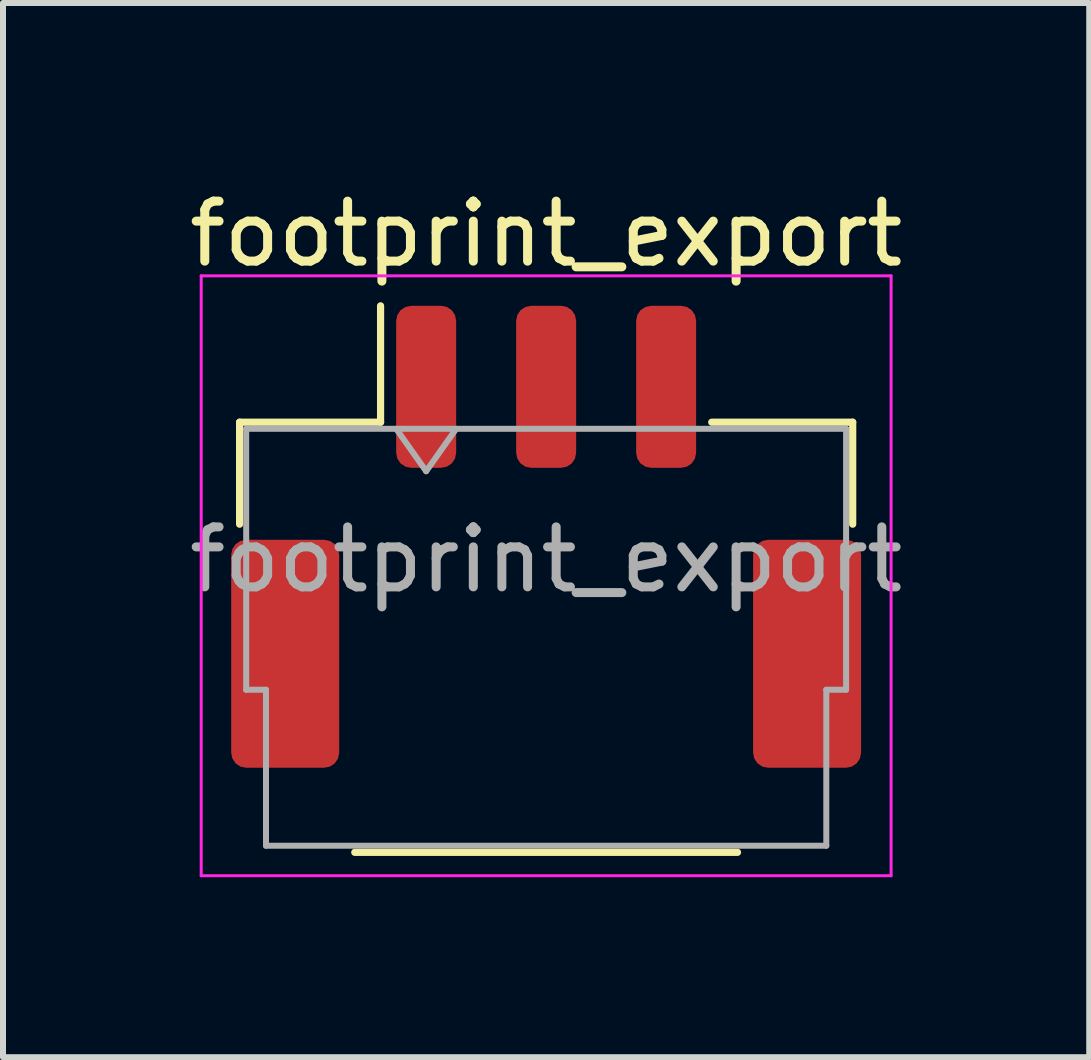
<source format=kicad_pcb>
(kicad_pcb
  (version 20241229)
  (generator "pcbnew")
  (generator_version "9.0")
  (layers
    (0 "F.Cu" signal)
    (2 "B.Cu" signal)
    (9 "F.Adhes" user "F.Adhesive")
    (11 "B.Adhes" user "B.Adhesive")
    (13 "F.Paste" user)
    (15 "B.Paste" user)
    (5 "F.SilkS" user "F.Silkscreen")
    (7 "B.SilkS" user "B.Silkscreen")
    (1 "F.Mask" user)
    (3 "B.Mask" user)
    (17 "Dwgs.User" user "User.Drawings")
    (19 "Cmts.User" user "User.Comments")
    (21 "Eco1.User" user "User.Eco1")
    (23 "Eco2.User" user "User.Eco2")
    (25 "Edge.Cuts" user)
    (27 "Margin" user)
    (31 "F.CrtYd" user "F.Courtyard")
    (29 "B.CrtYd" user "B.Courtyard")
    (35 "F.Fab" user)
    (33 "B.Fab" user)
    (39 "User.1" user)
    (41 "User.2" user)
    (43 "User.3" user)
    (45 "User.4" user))
  (footprint "footprint_export"
    (layer "F.Cu")
    (at 6.054 5.898)
    (property "Reference" "footprint_export" (at 0 -5.05 0) (layer "F.SilkS") (effects (font (size 1 1) (thickness 0.15))))
    (attr smd)
    (fp_line (start -5.11 -1.91) (end -2.76 -1.91) (stroke (width 0.12) (type solid)) (layer "F.SilkS"))
    (fp_line (start -5.11 -0.21) (end -5.11 -1.91) (stroke (width 0.12) (type solid)) (layer "F.SilkS"))
    (fp_line (start -3.19 5.26) (end 3.19 5.26) (stroke (width 0.12) (type solid)) (layer "F.SilkS"))
    (fp_line (start -2.76 -1.91) (end -2.76 -3.85) (stroke (width 0.12) (type solid)) (layer "F.SilkS"))
    (fp_line (start 5.11 -1.91) (end 2.76 -1.91) (stroke (width 0.12) (type solid)) (layer "F.SilkS"))
    (fp_line (start 5.11 -0.21) (end 5.11 -1.91) (stroke (width 0.12) (type solid)) (layer "F.SilkS"))
    (fp_line (start -5.75 -4.35) (end -5.75 5.65) (stroke (width 0.05) (type solid)) (layer "F.CrtYd"))
    (fp_line (start -5.75 5.65) (end 5.75 5.65) (stroke (width 0.05) (type solid)) (layer "F.CrtYd"))
    (fp_line (start 5.75 -4.35) (end -5.75 -4.35) (stroke (width 0.05) (type solid)) (layer "F.CrtYd"))
    (fp_line (start 5.75 5.65) (end 5.75 -4.35) (stroke (width 0.05) (type solid)) (layer "F.CrtYd"))
    (fp_line (start -5 -1.8) (end -5 2.55) (stroke (width 0.1) (type solid)) (layer "F.Fab"))
    (fp_line (start -5 -1.8) (end 5 -1.8) (stroke (width 0.1) (type solid)) (layer "F.Fab"))
    (fp_line (start -5 2.55) (end -4.67 2.55) (stroke (width 0.1) (type solid)) (layer "F.Fab"))
    (fp_line (start -4.67 2.55) (end -4.67 5.15) (stroke (width 0.1) (type solid)) (layer "F.Fab"))
    (fp_line (start -4.67 5.15) (end 4.67 5.15) (stroke (width 0.1) (type solid)) (layer "F.Fab"))
    (fp_line (start -2.5 -1.8) (end -2 -1.093) (stroke (width 0.1) (type solid)) (layer "F.Fab"))
    (fp_line (start -2 -1.093) (end -1.5 -1.8) (stroke (width 0.1) (type solid)) (layer "F.Fab"))
    (fp_line (start 4.67 2.55) (end 5 2.55) (stroke (width 0.1) (type solid)) (layer "F.Fab"))
    (fp_line (start 4.67 5.15) (end 4.67 2.55) (stroke (width 0.1) (type solid)) (layer "F.Fab"))
    (fp_line (start 5 -1.8) (end 5 2.55) (stroke (width 0.1) (type solid)) (layer "F.Fab"))
    (fp_text user "${REFERENCE}" (at 0 0.38 0) (layer "F.Fab") (effects (font (size 1 1) (thickness 0.15))))
    (pad "1" smd roundrect (at -2 -2.5) (size 1 2.7) (layers "F.Cu" "F.Mask" "F.Paste") (roundrect_rratio 0.25))
    (pad "2" smd roundrect (at 0 -2.5) (size 1 2.7) (layers "F.Cu" "F.Mask" "F.Paste") (roundrect_rratio 0.25))
    (pad "3" smd roundrect (at 2 -2.5) (size 1 2.7) (layers "F.Cu" "F.Mask" "F.Paste") (roundrect_rratio 0.25))
    (pad "MP" smd roundrect (at -4.35 1.95) (size 1.8 3.8) (layers "F.Cu" "F.Mask" "F.Paste") (roundrect_rratio 0.139))
    (pad "MP" smd roundrect (at 4.35 1.95) (size 1.8 3.8) (layers "F.Cu" "F.Mask" "F.Paste") (roundrect_rratio 0.139)))
  (gr_rect
    (start -3 -3)
    (end 15.107 14.573)
    (stroke (width 0.1) (type default))
    (fill no)
    (layer "Edge.Cuts")))
</source>
